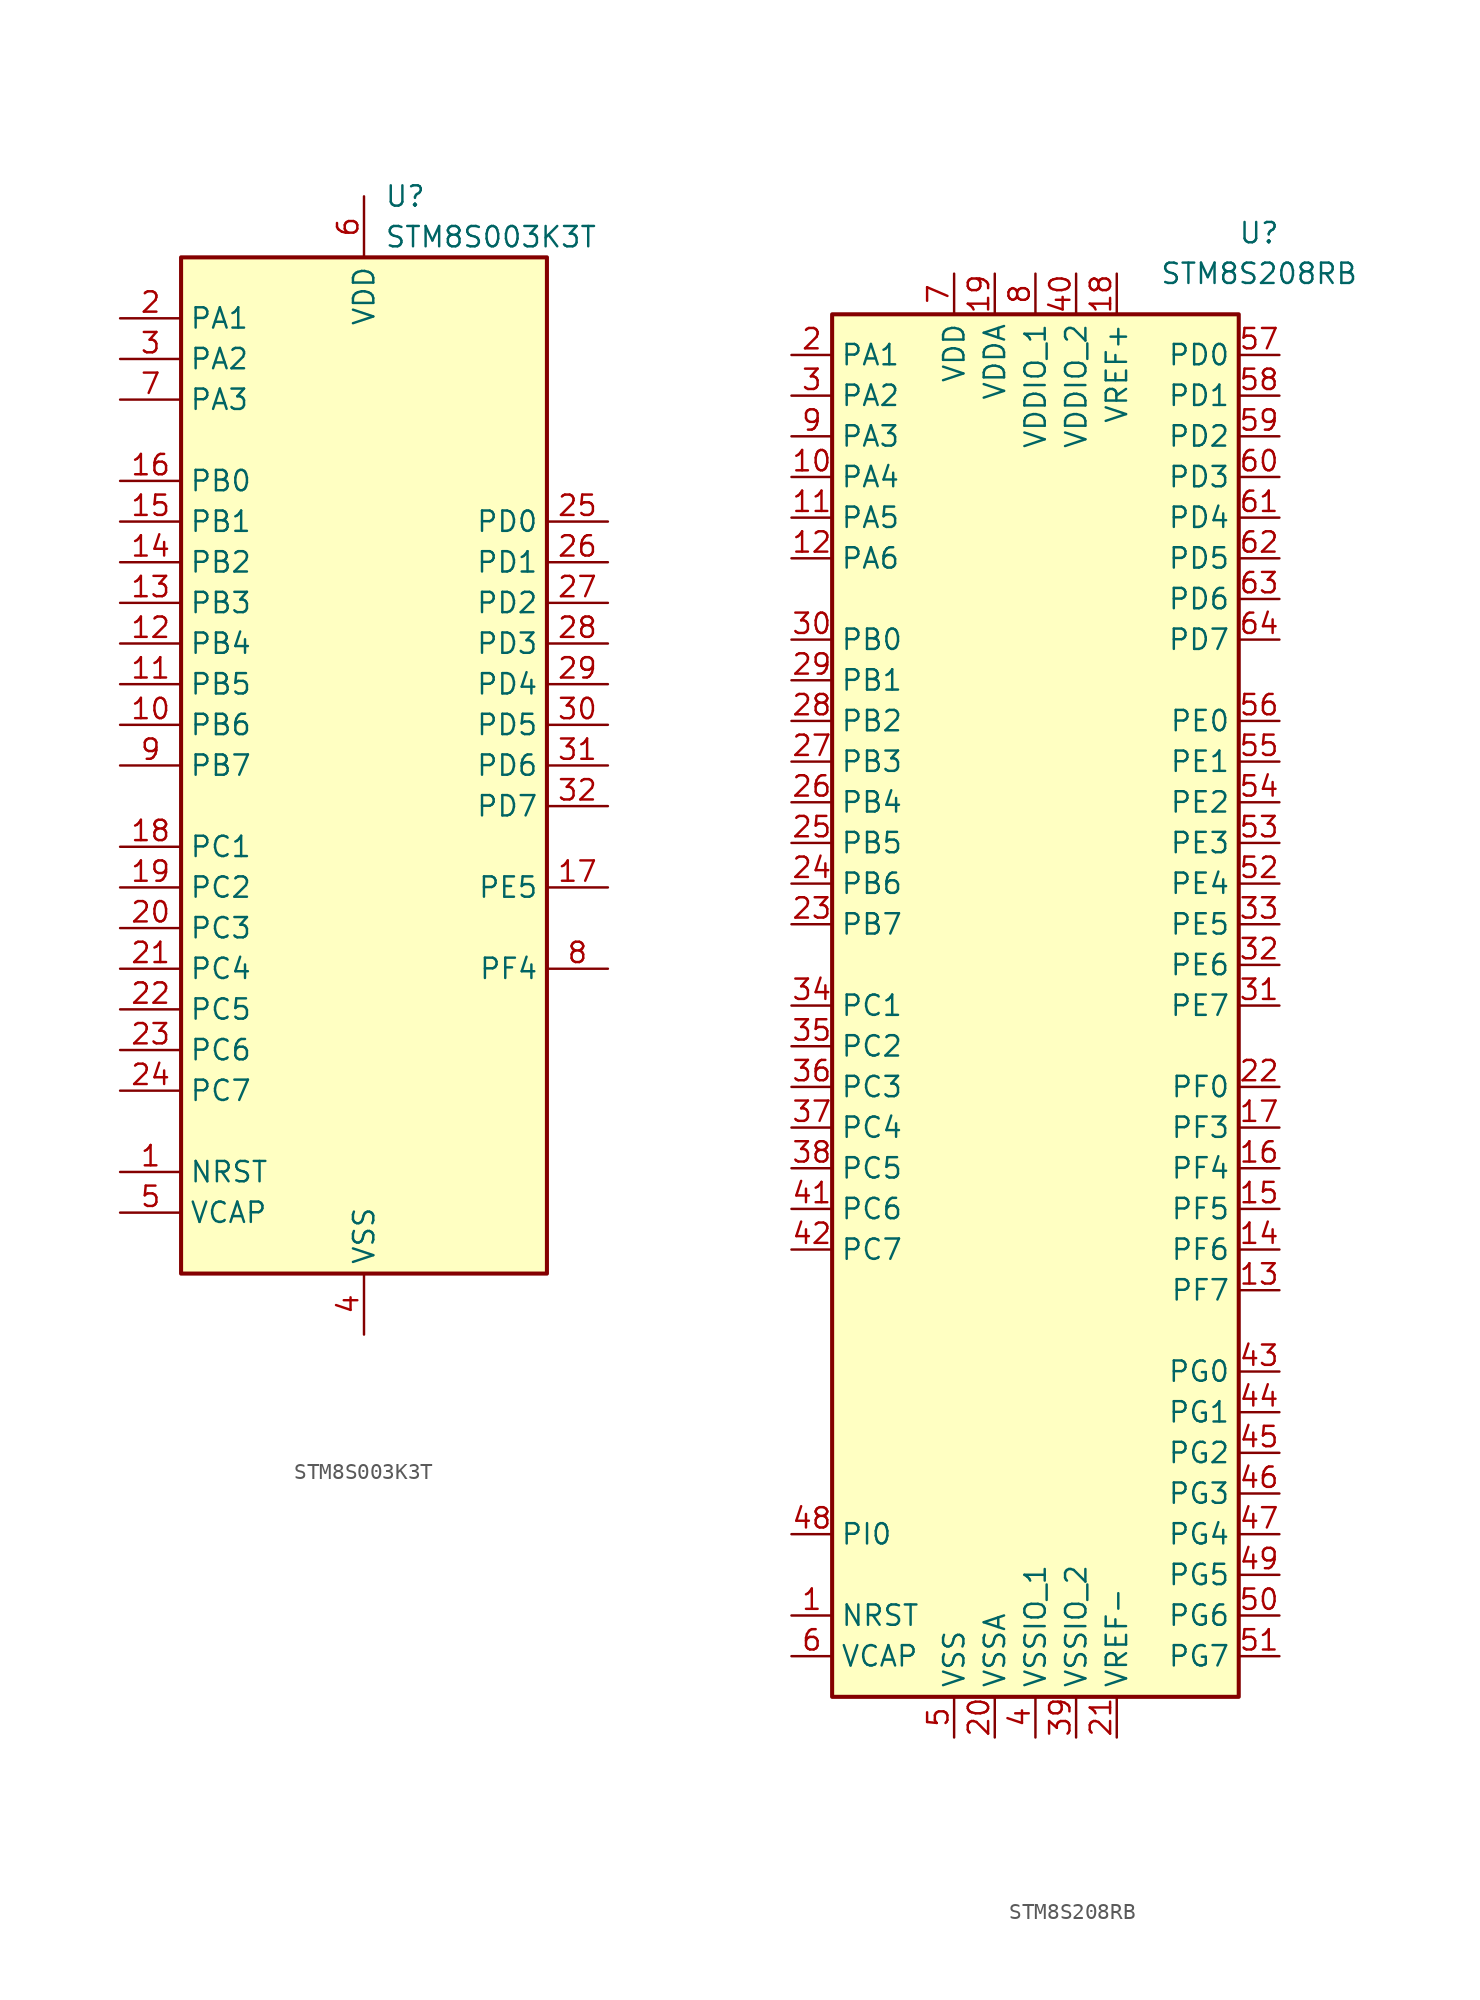
<source format=kicad_sym>
(kicad_symbol_lib
  (version 20211014)
  (generator kicad_symbol_editor)
  (symbol "STM8S003K3T"
    (property "Reference" "U"
      (at 1.27 35.56 0)
      (effects (font (size 1.27 1.27)) (justify left)))
    (property "Value" "STM8S003K3T"
      (at 1.27 33.02 0)
      (effects (font (size 1.27 1.27)) (justify left)))
    (symbol "STM8S003K3T_0_1"
      (rectangle (start -11.43 31.75) (end 11.43 -31.75) (stroke (width 0.254) (type default) (color 0 0 0 0)) (fill (type background))))
    (symbol "STM8S003K3T_1_1"
      (pin input line (at -15.24 -25.4 0) (length 3.81) (name "NRST" (effects (font (size 1.27 1.27)))) (number "1" (effects (font (size 1.27 1.27)))))
      (pin bidirectional line (at -15.24 2.54 0) (length 3.81) (name "PB6" (effects (font (size 1.27 1.27)))) (number "10" (effects (font (size 1.27 1.27)))))
      (pin bidirectional line (at -15.24 5.08 0) (length 3.81) (name "PB5" (effects (font (size 1.27 1.27)))) (number "11" (effects (font (size 1.27 1.27)))))
      (pin bidirectional line (at -15.24 7.62 0) (length 3.81) (name "PB4" (effects (font (size 1.27 1.27)))) (number "12" (effects (font (size 1.27 1.27)))))
      (pin bidirectional line (at -15.24 10.16 0) (length 3.81) (name "PB3" (effects (font (size 1.27 1.27)))) (number "13" (effects (font (size 1.27 1.27)))))
      (pin bidirectional line (at -15.24 12.7 0) (length 3.81) (name "PB2" (effects (font (size 1.27 1.27)))) (number "14" (effects (font (size 1.27 1.27)))))
      (pin bidirectional line (at -15.24 15.24 0) (length 3.81) (name "PB1" (effects (font (size 1.27 1.27)))) (number "15" (effects (font (size 1.27 1.27)))))
      (pin bidirectional line (at -15.24 17.78 0) (length 3.81) (name "PB0" (effects (font (size 1.27 1.27)))) (number "16" (effects (font (size 1.27 1.27)))))
      (pin bidirectional line (at 15.24 -7.62 180) (length 3.81) (name "PE5" (effects (font (size 1.27 1.27)))) (number "17" (effects (font (size 1.27 1.27)))))
      (pin bidirectional line (at -15.24 -5.08 0) (length 3.81) (name "PC1" (effects (font (size 1.27 1.27)))) (number "18" (effects (font (size 1.27 1.27)))))
      (pin bidirectional line (at -15.24 -7.62 0) (length 3.81) (name "PC2" (effects (font (size 1.27 1.27)))) (number "19" (effects (font (size 1.27 1.27)))))
      (pin bidirectional line (at -15.24 27.94 0) (length 3.81) (name "PA1" (effects (font (size 1.27 1.27)))) (number "2" (effects (font (size 1.27 1.27)))))
      (pin bidirectional line (at -15.24 -10.16 0) (length 3.81) (name "PC3" (effects (font (size 1.27 1.27)))) (number "20" (effects (font (size 1.27 1.27)))))
      (pin bidirectional line (at -15.24 -12.7 0) (length 3.81) (name "PC4" (effects (font (size 1.27 1.27)))) (number "21" (effects (font (size 1.27 1.27)))))
      (pin bidirectional line (at -15.24 -15.24 0) (length 3.81) (name "PC5" (effects (font (size 1.27 1.27)))) (number "22" (effects (font (size 1.27 1.27)))))
      (pin bidirectional line (at -15.24 -17.78 0) (length 3.81) (name "PC6" (effects (font (size 1.27 1.27)))) (number "23" (effects (font (size 1.27 1.27)))))
      (pin bidirectional line (at -15.24 -20.32 0) (length 3.81) (name "PC7" (effects (font (size 1.27 1.27)))) (number "24" (effects (font (size 1.27 1.27)))))
      (pin bidirectional line (at 15.24 15.24 180) (length 3.81) (name "PD0" (effects (font (size 1.27 1.27)))) (number "25" (effects (font (size 1.27 1.27)))))
      (pin bidirectional line (at 15.24 12.7 180) (length 3.81) (name "PD1" (effects (font (size 1.27 1.27)))) (number "26" (effects (font (size 1.27 1.27)))))
      (pin bidirectional line (at 15.24 10.16 180) (length 3.81) (name "PD2" (effects (font (size 1.27 1.27)))) (number "27" (effects (font (size 1.27 1.27)))))
      (pin bidirectional line (at 15.24 7.62 180) (length 3.81) (name "PD3" (effects (font (size 1.27 1.27)))) (number "28" (effects (font (size 1.27 1.27)))))
      (pin bidirectional line (at 15.24 5.08 180) (length 3.81) (name "PD4" (effects (font (size 1.27 1.27)))) (number "29" (effects (font (size 1.27 1.27)))))
      (pin bidirectional line (at -15.24 25.4 0) (length 3.81) (name "PA2" (effects (font (size 1.27 1.27)))) (number "3" (effects (font (size 1.27 1.27)))))
      (pin bidirectional line (at 15.24 2.54 180) (length 3.81) (name "PD5" (effects (font (size 1.27 1.27)))) (number "30" (effects (font (size 1.27 1.27)))))
      (pin bidirectional line (at 15.24 0 180) (length 3.81) (name "PD6" (effects (font (size 1.27 1.27)))) (number "31" (effects (font (size 1.27 1.27)))))
      (pin bidirectional line (at 15.24 -2.54 180) (length 3.81) (name "PD7" (effects (font (size 1.27 1.27)))) (number "32" (effects (font (size 1.27 1.27)))))
      (pin power_in line (at 0 -35.56 90) (length 3.81) (name "VSS" (effects (font (size 1.27 1.27)))) (number "4" (effects (font (size 1.27 1.27)))))
      (pin input line (at -15.24 -27.94 0) (length 3.81) (name "VCAP" (effects (font (size 1.27 1.27)))) (number "5" (effects (font (size 1.27 1.27)))))
      (pin power_in line (at 0 35.56 270) (length 3.81) (name "VDD" (effects (font (size 1.27 1.27)))) (number "6" (effects (font (size 1.27 1.27)))))
      (pin bidirectional line (at -15.24 22.86 0) (length 3.81) (name "PA3" (effects (font (size 1.27 1.27)))) (number "7" (effects (font (size 1.27 1.27)))))
      (pin bidirectional line (at 15.24 -12.7 180) (length 3.81) (name "PF4" (effects (font (size 1.27 1.27)))) (number "8" (effects (font (size 1.27 1.27)))))
      (pin bidirectional line (at -15.24 0 0) (length 3.81) (name "PB7" (effects (font (size 1.27 1.27)))) (number "9" (effects (font (size 1.27 1.27)))))))
  (symbol "STM8S208RB"
    (property "Reference" "U"
      (at 13.97 48.26 0)
      (effects (font (size 1.27 1.27))))
    (property "Value" "STM8S208RB"
      (at 13.97 45.72 0)
      (effects (font (size 1.27 1.27))))
    (symbol "STM8S208RB_0_1"
      (rectangle (start 12.7 43.18) (end -12.7 -43.18) (stroke (width 0.254) (type default) (color 0 0 0 0)) (fill (type background))))
    (symbol "STM8S208RB_1_1"
      (pin input line (at -15.24 -38.1 0) (length 2.54) (name "NRST" (effects (font (size 1.27 1.27)))) (number "1" (effects (font (size 1.27 1.27)))))
      (pin bidirectional line (at -15.24 33.02 0) (length 2.54) (name "PA4" (effects (font (size 1.27 1.27)))) (number "10" (effects (font (size 1.27 1.27)))))
      (pin bidirectional line (at -15.24 30.48 0) (length 2.54) (name "PA5" (effects (font (size 1.27 1.27)))) (number "11" (effects (font (size 1.27 1.27)))))
      (pin bidirectional line (at -15.24 27.94 0) (length 2.54) (name "PA6" (effects (font (size 1.27 1.27)))) (number "12" (effects (font (size 1.27 1.27)))))
      (pin bidirectional line (at 15.24 -17.78 180) (length 2.54) (name "PF7" (effects (font (size 1.27 1.27)))) (number "13" (effects (font (size 1.27 1.27)))))
      (pin bidirectional line (at 15.24 -15.24 180) (length 2.54) (name "PF6" (effects (font (size 1.27 1.27)))) (number "14" (effects (font (size 1.27 1.27)))))
      (pin bidirectional line (at 15.24 -12.7 180) (length 2.54) (name "PF5" (effects (font (size 1.27 1.27)))) (number "15" (effects (font (size 1.27 1.27)))))
      (pin bidirectional line (at 15.24 -10.16 180) (length 2.54) (name "PF4" (effects (font (size 1.27 1.27)))) (number "16" (effects (font (size 1.27 1.27)))))
      (pin bidirectional line (at 15.24 -7.62 180) (length 2.54) (name "PF3" (effects (font (size 1.27 1.27)))) (number "17" (effects (font (size 1.27 1.27)))))
      (pin power_in line (at 5.08 45.72 270) (length 2.54) (name "VREF+" (effects (font (size 1.27 1.27)))) (number "18" (effects (font (size 1.27 1.27)))))
      (pin power_in line (at -2.54 45.72 270) (length 2.54) (name "VDDA" (effects (font (size 1.27 1.27)))) (number "19" (effects (font (size 1.27 1.27)))))
      (pin bidirectional line (at -15.24 40.64 0) (length 2.54) (name "PA1" (effects (font (size 1.27 1.27)))) (number "2" (effects (font (size 1.27 1.27)))))
      (pin power_in line (at -2.54 -45.72 90) (length 2.54) (name "VSSA" (effects (font (size 1.27 1.27)))) (number "20" (effects (font (size 1.27 1.27)))))
      (pin power_in line (at 5.08 -45.72 90) (length 2.54) (name "VREF-" (effects (font (size 1.27 1.27)))) (number "21" (effects (font (size 1.27 1.27)))))
      (pin bidirectional line (at 15.24 -5.08 180) (length 2.54) (name "PF0" (effects (font (size 1.27 1.27)))) (number "22" (effects (font (size 1.27 1.27)))))
      (pin bidirectional line (at -15.24 5.08 0) (length 2.54) (name "PB7" (effects (font (size 1.27 1.27)))) (number "23" (effects (font (size 1.27 1.27)))))
      (pin bidirectional line (at -15.24 7.62 0) (length 2.54) (name "PB6" (effects (font (size 1.27 1.27)))) (number "24" (effects (font (size 1.27 1.27)))))
      (pin bidirectional line (at -15.24 10.16 0) (length 2.54) (name "PB5" (effects (font (size 1.27 1.27)))) (number "25" (effects (font (size 1.27 1.27)))))
      (pin bidirectional line (at -15.24 12.7 0) (length 2.54) (name "PB4" (effects (font (size 1.27 1.27)))) (number "26" (effects (font (size 1.27 1.27)))))
      (pin bidirectional line (at -15.24 15.24 0) (length 2.54) (name "PB3" (effects (font (size 1.27 1.27)))) (number "27" (effects (font (size 1.27 1.27)))))
      (pin bidirectional line (at -15.24 17.78 0) (length 2.54) (name "PB2" (effects (font (size 1.27 1.27)))) (number "28" (effects (font (size 1.27 1.27)))))
      (pin bidirectional line (at -15.24 20.32 0) (length 2.54) (name "PB1" (effects (font (size 1.27 1.27)))) (number "29" (effects (font (size 1.27 1.27)))))
      (pin bidirectional line (at -15.24 38.1 0) (length 2.54) (name "PA2" (effects (font (size 1.27 1.27)))) (number "3" (effects (font (size 1.27 1.27)))))
      (pin bidirectional line (at -15.24 22.86 0) (length 2.54) (name "PB0" (effects (font (size 1.27 1.27)))) (number "30" (effects (font (size 1.27 1.27)))))
      (pin bidirectional line (at 15.24 0 180) (length 2.54) (name "PE7" (effects (font (size 1.27 1.27)))) (number "31" (effects (font (size 1.27 1.27)))))
      (pin bidirectional line (at 15.24 2.54 180) (length 2.54) (name "PE6" (effects (font (size 1.27 1.27)))) (number "32" (effects (font (size 1.27 1.27)))))
      (pin bidirectional line (at 15.24 5.08 180) (length 2.54) (name "PE5" (effects (font (size 1.27 1.27)))) (number "33" (effects (font (size 1.27 1.27)))))
      (pin bidirectional line (at -15.24 0 0) (length 2.54) (name "PC1" (effects (font (size 1.27 1.27)))) (number "34" (effects (font (size 1.27 1.27)))))
      (pin bidirectional line (at -15.24 -2.54 0) (length 2.54) (name "PC2" (effects (font (size 1.27 1.27)))) (number "35" (effects (font (size 1.27 1.27)))))
      (pin bidirectional line (at -15.24 -5.08 0) (length 2.54) (name "PC3" (effects (font (size 1.27 1.27)))) (number "36" (effects (font (size 1.27 1.27)))))
      (pin bidirectional line (at -15.24 -7.62 0) (length 2.54) (name "PC4" (effects (font (size 1.27 1.27)))) (number "37" (effects (font (size 1.27 1.27)))))
      (pin bidirectional line (at -15.24 -10.16 0) (length 2.54) (name "PC5" (effects (font (size 1.27 1.27)))) (number "38" (effects (font (size 1.27 1.27)))))
      (pin power_in line (at 2.54 -45.72 90) (length 2.54) (name "VSSIO_2" (effects (font (size 1.27 1.27)))) (number "39" (effects (font (size 1.27 1.27)))))
      (pin power_in line (at 0 -45.72 90) (length 2.54) (name "VSSIO_1" (effects (font (size 1.27 1.27)))) (number "4" (effects (font (size 1.27 1.27)))))
      (pin power_in line (at 2.54 45.72 270) (length 2.54) (name "VDDIO_2" (effects (font (size 1.27 1.27)))) (number "40" (effects (font (size 1.27 1.27)))))
      (pin bidirectional line (at -15.24 -12.7 0) (length 2.54) (name "PC6" (effects (font (size 1.27 1.27)))) (number "41" (effects (font (size 1.27 1.27)))))
      (pin bidirectional line (at -15.24 -15.24 0) (length 2.54) (name "PC7" (effects (font (size 1.27 1.27)))) (number "42" (effects (font (size 1.27 1.27)))))
      (pin bidirectional line (at 15.24 -22.86 180) (length 2.54) (name "PG0" (effects (font (size 1.27 1.27)))) (number "43" (effects (font (size 1.27 1.27)))))
      (pin bidirectional line (at 15.24 -25.4 180) (length 2.54) (name "PG1" (effects (font (size 1.27 1.27)))) (number "44" (effects (font (size 1.27 1.27)))))
      (pin bidirectional line (at 15.24 -27.94 180) (length 2.54) (name "PG2" (effects (font (size 1.27 1.27)))) (number "45" (effects (font (size 1.27 1.27)))))
      (pin bidirectional line (at 15.24 -30.48 180) (length 2.54) (name "PG3" (effects (font (size 1.27 1.27)))) (number "46" (effects (font (size 1.27 1.27)))))
      (pin bidirectional line (at 15.24 -33.02 180) (length 2.54) (name "PG4" (effects (font (size 1.27 1.27)))) (number "47" (effects (font (size 1.27 1.27)))))
      (pin bidirectional line (at -15.24 -33.02 0) (length 2.54) (name "PI0" (effects (font (size 1.27 1.27)))) (number "48" (effects (font (size 1.27 1.27)))))
      (pin bidirectional line (at 15.24 -35.56 180) (length 2.54) (name "PG5" (effects (font (size 1.27 1.27)))) (number "49" (effects (font (size 1.27 1.27)))))
      (pin power_in line (at -5.08 -45.72 90) (length 2.54) (name "VSS" (effects (font (size 1.27 1.27)))) (number "5" (effects (font (size 1.27 1.27)))))
      (pin bidirectional line (at 15.24 -38.1 180) (length 2.54) (name "PG6" (effects (font (size 1.27 1.27)))) (number "50" (effects (font (size 1.27 1.27)))))
      (pin bidirectional line (at 15.24 -40.64 180) (length 2.54) (name "PG7" (effects (font (size 1.27 1.27)))) (number "51" (effects (font (size 1.27 1.27)))))
      (pin bidirectional line (at 15.24 7.62 180) (length 2.54) (name "PE4" (effects (font (size 1.27 1.27)))) (number "52" (effects (font (size 1.27 1.27)))))
      (pin bidirectional line (at 15.24 10.16 180) (length 2.54) (name "PE3" (effects (font (size 1.27 1.27)))) (number "53" (effects (font (size 1.27 1.27)))))
      (pin bidirectional line (at 15.24 12.7 180) (length 2.54) (name "PE2" (effects (font (size 1.27 1.27)))) (number "54" (effects (font (size 1.27 1.27)))))
      (pin bidirectional line (at 15.24 15.24 180) (length 2.54) (name "PE1" (effects (font (size 1.27 1.27)))) (number "55" (effects (font (size 1.27 1.27)))))
      (pin bidirectional line (at 15.24 17.78 180) (length 2.54) (name "PE0" (effects (font (size 1.27 1.27)))) (number "56" (effects (font (size 1.27 1.27)))))
      (pin bidirectional line (at 15.24 40.64 180) (length 2.54) (name "PD0" (effects (font (size 1.27 1.27)))) (number "57" (effects (font (size 1.27 1.27)))))
      (pin bidirectional line (at 15.24 38.1 180) (length 2.54) (name "PD1" (effects (font (size 1.27 1.27)))) (number "58" (effects (font (size 1.27 1.27)))))
      (pin bidirectional line (at 15.24 35.56 180) (length 2.54) (name "PD2" (effects (font (size 1.27 1.27)))) (number "59" (effects (font (size 1.27 1.27)))))
      (pin input line (at -15.24 -40.64 0) (length 2.54) (name "VCAP" (effects (font (size 1.27 1.27)))) (number "6" (effects (font (size 1.27 1.27)))))
      (pin bidirectional line (at 15.24 33.02 180) (length 2.54) (name "PD3" (effects (font (size 1.27 1.27)))) (number "60" (effects (font (size 1.27 1.27)))))
      (pin bidirectional line (at 15.24 30.48 180) (length 2.54) (name "PD4" (effects (font (size 1.27 1.27)))) (number "61" (effects (font (size 1.27 1.27)))))
      (pin bidirectional line (at 15.24 27.94 180) (length 2.54) (name "PD5" (effects (font (size 1.27 1.27)))) (number "62" (effects (font (size 1.27 1.27)))))
      (pin bidirectional line (at 15.24 25.4 180) (length 2.54) (name "PD6" (effects (font (size 1.27 1.27)))) (number "63" (effects (font (size 1.27 1.27)))))
      (pin bidirectional line (at 15.24 22.86 180) (length 2.54) (name "PD7" (effects (font (size 1.27 1.27)))) (number "64" (effects (font (size 1.27 1.27)))))
      (pin power_in line (at -5.08 45.72 270) (length 2.54) (name "VDD" (effects (font (size 1.27 1.27)))) (number "7" (effects (font (size 1.27 1.27)))))
      (pin power_in line (at 0 45.72 270) (length 2.54) (name "VDDIO_1" (effects (font (size 1.27 1.27)))) (number "8" (effects (font (size 1.27 1.27)))))
      (pin bidirectional line (at -15.24 35.56 0) (length 2.54) (name "PA3" (effects (font (size 1.27 1.27)))) (number "9" (effects (font (size 1.27 1.27))))))))
</source>
